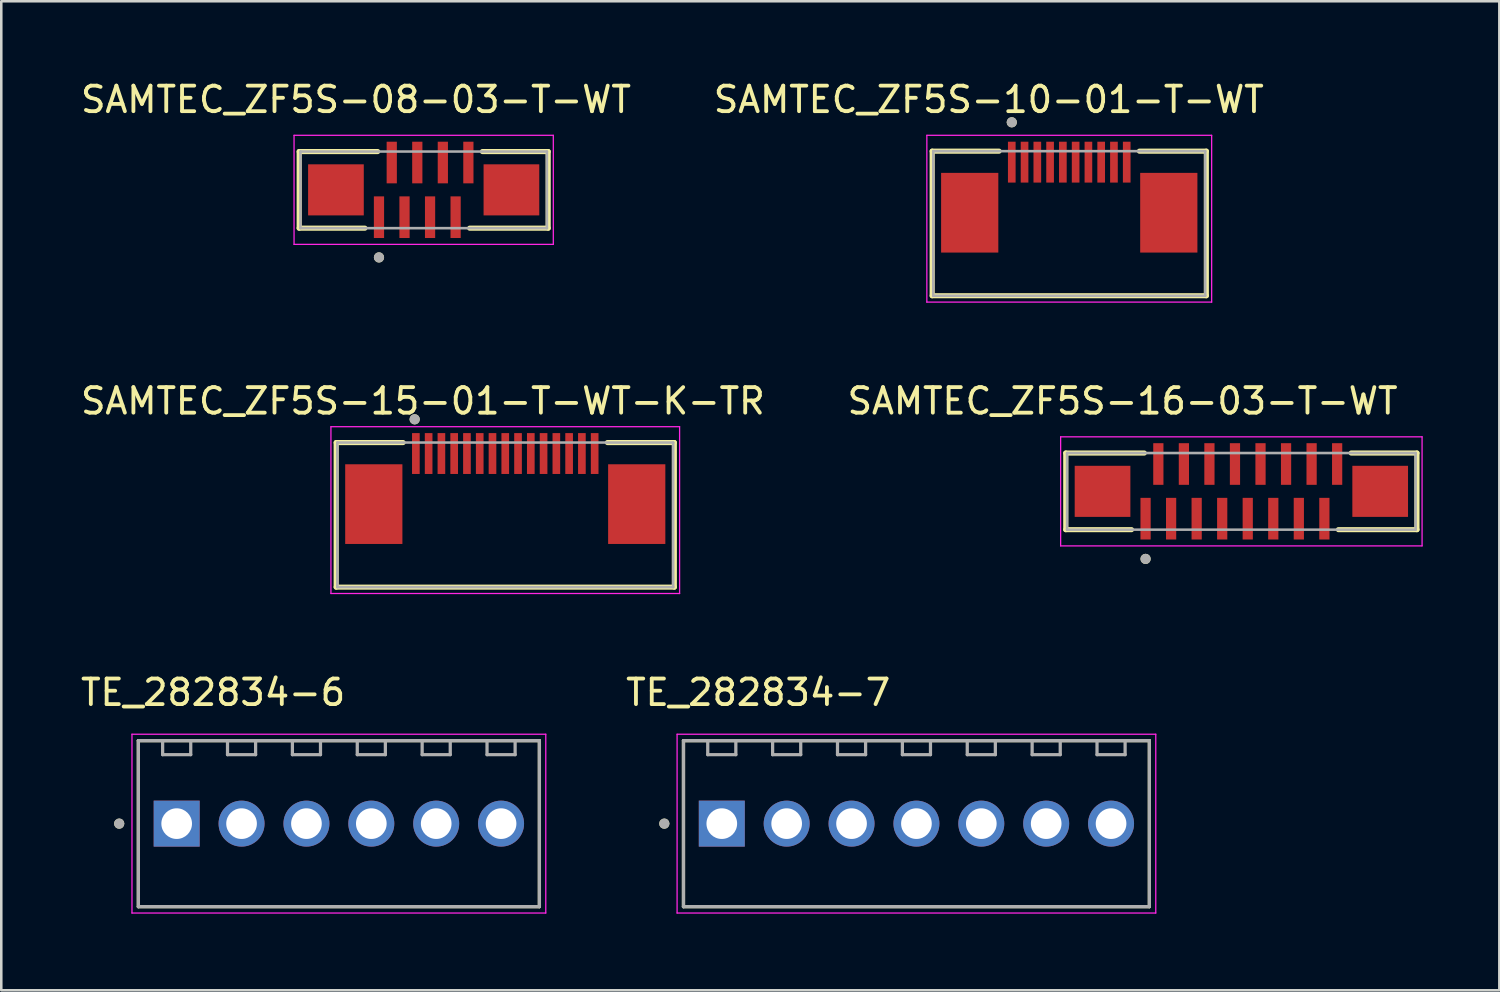
<source format=kicad_pcb>
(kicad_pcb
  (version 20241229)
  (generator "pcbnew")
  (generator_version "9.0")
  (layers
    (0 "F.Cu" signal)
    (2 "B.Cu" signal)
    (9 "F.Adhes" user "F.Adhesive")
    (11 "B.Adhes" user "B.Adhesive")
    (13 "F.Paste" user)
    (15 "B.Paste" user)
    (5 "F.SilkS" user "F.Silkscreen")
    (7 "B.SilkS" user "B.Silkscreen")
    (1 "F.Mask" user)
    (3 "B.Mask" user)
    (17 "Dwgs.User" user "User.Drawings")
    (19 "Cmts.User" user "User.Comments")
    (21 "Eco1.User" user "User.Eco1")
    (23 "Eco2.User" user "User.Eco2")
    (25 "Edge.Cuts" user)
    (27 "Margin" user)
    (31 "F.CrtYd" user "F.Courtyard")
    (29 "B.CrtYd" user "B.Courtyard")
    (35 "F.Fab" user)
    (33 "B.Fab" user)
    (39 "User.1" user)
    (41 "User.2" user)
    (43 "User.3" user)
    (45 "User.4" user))
  (footprint "SAMTEC_ZF5S-15-01-T-WT-K-TR"
    (layer "F.Cu")
    (at 16.731 16.686)
    (property "Reference" "SAMTEC_ZF5S-15-01-T-WT-K-TR" (at -3.225 -4.035 0) (layer "F.SilkS") (effects (font (size 1 1) (thickness 0.15))))
    (attr smd)
    (fp_line (start -6.62 -2.41) (end -4 -2.41) (stroke (width 0.2) (type solid)) (layer "F.SilkS"))
    (fp_line (start -6.62 3.25) (end -6.62 -2.41) (stroke (width 0.2) (type solid)) (layer "F.SilkS"))
    (fp_line (start 4 -2.41) (end 6.62 -2.41) (stroke (width 0.2) (type solid)) (layer "F.SilkS"))
    (fp_line (start 6.62 -2.41) (end 6.62 3.25) (stroke (width 0.2) (type solid)) (layer "F.SilkS"))
    (fp_line (start 6.62 3.25) (end -6.62 3.25) (stroke (width 0.2) (type solid)) (layer "F.SilkS"))
    (fp_circle (center -3.547 -3.32) (end -3.447 -3.32) (stroke (width 0.2) (type solid)) (fill no) (layer "F.SilkS"))
    (fp_line (start -6.825 -3.03) (end -6.825 3.5) (stroke (width 0.05) (type solid)) (layer "F.CrtYd"))
    (fp_line (start -6.825 3.5) (end 6.825 3.5) (stroke (width 0.05) (type solid)) (layer "F.CrtYd"))
    (fp_line (start 6.825 -3.03) (end -6.825 -3.03) (stroke (width 0.05) (type solid)) (layer "F.CrtYd"))
    (fp_line (start 6.825 3.5) (end 6.825 -3.03) (stroke (width 0.05) (type solid)) (layer "F.CrtYd"))
    (fp_line (start -6.575 -2.41) (end 6.575 -2.41) (stroke (width 0.1) (type solid)) (layer "F.Fab"))
    (fp_line (start -6.575 3.25) (end -6.575 -2.41) (stroke (width 0.1) (type solid)) (layer "F.Fab"))
    (fp_line (start 6.575 -2.41) (end 6.575 3.25) (stroke (width 0.1) (type solid)) (layer "F.Fab"))
    (fp_line (start 6.575 3.25) (end -6.575 3.25) (stroke (width 0.1) (type solid)) (layer "F.Fab"))
    (fp_circle (center -3.547 -3.32) (end -3.447 -3.32) (stroke (width 0.2) (type solid)) (fill no) (layer "F.Fab"))
    (pad "1" smd rect (at -3.5 -1.98) (size 0.3 1.6) (layers "F.Cu" "F.Mask" "F.Paste"))
    (pad "2" smd rect (at -3 -1.98) (size 0.3 1.6) (layers "F.Cu" "F.Mask" "F.Paste"))
    (pad "3" smd rect (at -2.5 -1.98) (size 0.3 1.6) (layers "F.Cu" "F.Mask" "F.Paste"))
    (pad "4" smd rect (at -2 -1.98) (size 0.3 1.6) (layers "F.Cu" "F.Mask" "F.Paste"))
    (pad "5" smd rect (at -1.5 -1.98) (size 0.3 1.6) (layers "F.Cu" "F.Mask" "F.Paste"))
    (pad "6" smd rect (at -1 -1.98) (size 0.3 1.6) (layers "F.Cu" "F.Mask" "F.Paste"))
    (pad "7" smd rect (at -0.5 -1.98) (size 0.3 1.6) (layers "F.Cu" "F.Mask" "F.Paste"))
    (pad "8" smd rect (at 0 -1.98) (size 0.3 1.6) (layers "F.Cu" "F.Mask" "F.Paste"))
    (pad "9" smd rect (at 0.5 -1.98) (size 0.3 1.6) (layers "F.Cu" "F.Mask" "F.Paste"))
    (pad "10" smd rect (at 1 -1.98) (size 0.3 1.6) (layers "F.Cu" "F.Mask" "F.Paste"))
    (pad "11" smd rect (at 1.5 -1.98) (size 0.3 1.6) (layers "F.Cu" "F.Mask" "F.Paste"))
    (pad "12" smd rect (at 2 -1.98) (size 0.3 1.6) (layers "F.Cu" "F.Mask" "F.Paste"))
    (pad "13" smd rect (at 2.5 -1.98) (size 0.3 1.6) (layers "F.Cu" "F.Mask" "F.Paste"))
    (pad "14" smd rect (at 3 -1.98) (size 0.3 1.6) (layers "F.Cu" "F.Mask" "F.Paste"))
    (pad "15" smd rect (at 3.5 -1.98) (size 0.3 1.6) (layers "F.Cu" "F.Mask" "F.Paste"))
    (pad "S1" smd rect (at -5.147 0) (size 2.24 3.12) (layers "F.Cu" "F.Mask" "F.Paste"))
    (pad "S2" smd rect (at 5.147 0) (size 2.24 3.12) (layers "F.Cu" "F.Mask" "F.Paste")))
  (footprint "TE_282834-6"
    (layer "F.Cu")
    (at 10.217 29.195)
    (property "Reference" "TE_282834-6" (at -4.925 -5.135 0) (layer "F.SilkS") (effects (font (size 1 1) (thickness 0.15))))
    (attr through_hole)
    (fp_line (start -7.85 -3.25) (end 7.85 -3.25) (stroke (width 0.127) (type solid)) (layer "F.SilkS"))
    (fp_line (start -7.85 3.25) (end -7.85 -3.25) (stroke (width 0.127) (type solid)) (layer "F.SilkS"))
    (fp_line (start 7.85 -3.25) (end 7.85 3.25) (stroke (width 0.127) (type solid)) (layer "F.SilkS"))
    (fp_line (start 7.85 3.25) (end -7.85 3.25) (stroke (width 0.127) (type solid)) (layer "F.SilkS"))
    (fp_circle (center -8.6 0) (end -8.5 0) (stroke (width 0.2) (type solid)) (fill no) (layer "F.SilkS"))
    (fp_line (start -8.1 -3.5) (end -8.1 3.5) (stroke (width 0.05) (type solid)) (layer "F.CrtYd"))
    (fp_line (start -8.1 3.5) (end 8.1 3.5) (stroke (width 0.05) (type solid)) (layer "F.CrtYd"))
    (fp_line (start 8.1 -3.5) (end -8.1 -3.5) (stroke (width 0.05) (type solid)) (layer "F.CrtYd"))
    (fp_line (start 8.1 3.5) (end 8.1 -3.5) (stroke (width 0.05) (type solid)) (layer "F.CrtYd"))
    (fp_line (start -7.85 -3.25) (end 7.85 -3.25) (stroke (width 0.127) (type solid)) (layer "F.Fab"))
    (fp_line (start -7.85 3.25) (end -7.85 -3.25) (stroke (width 0.127) (type solid)) (layer "F.Fab"))
    (fp_line (start -6.9 -2.7) (end -6.9 -3.2) (stroke (width 0.127) (type solid)) (layer "F.Fab"))
    (fp_line (start -6.9 -2.7) (end -5.8 -2.7) (stroke (width 0.127) (type solid)) (layer "F.Fab"))
    (fp_line (start -5.8 -2.7) (end -5.8 -3.2) (stroke (width 0.127) (type solid)) (layer "F.Fab"))
    (fp_line (start -4.36 -2.7) (end -4.36 -3.2) (stroke (width 0.127) (type solid)) (layer "F.Fab"))
    (fp_line (start -4.36 -2.7) (end -3.26 -2.7) (stroke (width 0.127) (type solid)) (layer "F.Fab"))
    (fp_line (start -3.26 -2.7) (end -3.26 -3.2) (stroke (width 0.127) (type solid)) (layer "F.Fab"))
    (fp_line (start -1.82 -2.7) (end -1.82 -3.2) (stroke (width 0.127) (type solid)) (layer "F.Fab"))
    (fp_line (start -1.82 -2.7) (end -0.72 -2.7) (stroke (width 0.127) (type solid)) (layer "F.Fab"))
    (fp_line (start -0.72 -2.7) (end -0.72 -3.2) (stroke (width 0.127) (type solid)) (layer "F.Fab"))
    (fp_line (start 0.72 -2.7) (end 0.72 -3.2) (stroke (width 0.127) (type solid)) (layer "F.Fab"))
    (fp_line (start 0.72 -2.7) (end 1.82 -2.7) (stroke (width 0.127) (type solid)) (layer "F.Fab"))
    (fp_line (start 1.82 -2.7) (end 1.82 -3.2) (stroke (width 0.127) (type solid)) (layer "F.Fab"))
    (fp_line (start 3.26 -2.7) (end 3.26 -3.2) (stroke (width 0.127) (type solid)) (layer "F.Fab"))
    (fp_line (start 3.26 -2.7) (end 4.36 -2.7) (stroke (width 0.127) (type solid)) (layer "F.Fab"))
    (fp_line (start 4.36 -2.7) (end 4.36 -3.2) (stroke (width 0.127) (type solid)) (layer "F.Fab"))
    (fp_line (start 5.8 -2.7) (end 5.8 -3.2) (stroke (width 0.127) (type solid)) (layer "F.Fab"))
    (fp_line (start 5.8 -2.7) (end 6.9 -2.7) (stroke (width 0.127) (type solid)) (layer "F.Fab"))
    (fp_line (start 6.9 -2.7) (end 6.9 -3.2) (stroke (width 0.127) (type solid)) (layer "F.Fab"))
    (fp_line (start 7.85 -3.25) (end 7.85 3.25) (stroke (width 0.127) (type solid)) (layer "F.Fab"))
    (fp_line (start 7.85 3.25) (end -7.85 3.25) (stroke (width 0.127) (type solid)) (layer "F.Fab"))
    (fp_circle (center -8.6 0) (end -8.5 0) (stroke (width 0.2) (type solid)) (fill no) (layer "F.Fab"))
    (pad "1" thru_hole rect (at -6.35 0) (size 1.8 1.8) (drill 1.2) (layers "*.Cu" "*.Mask"))
    (pad "2" thru_hole circle (at -3.81 0) (size 1.8 1.8) (drill 1.2) (layers "*.Cu" "*.Mask"))
    (pad "3" thru_hole circle (at -1.27 0) (size 1.8 1.8) (drill 1.2) (layers "*.Cu" "*.Mask"))
    (pad "4" thru_hole circle (at 1.27 0) (size 1.8 1.8) (drill 1.2) (layers "*.Cu" "*.Mask"))
    (pad "5" thru_hole circle (at 3.81 0) (size 1.8 1.8) (drill 1.2) (layers "*.Cu" "*.Mask"))
    (pad "6" thru_hole circle (at 6.35 0) (size 1.8 1.8) (drill 1.2) (layers "*.Cu" "*.Mask")))
  (footprint "SAMTEC_ZF5S-16-03-T-WT"
    (layer "F.Cu")
    (at 45.549 16.186)
    (property "Reference" "SAMTEC_ZF5S-16-03-T-WT" (at -4.65 -3.535 0) (layer "F.SilkS") (effects (font (size 1 1) (thickness 0.15))))
    (attr smd)
    (fp_line (start -6.875 -1.5) (end -6.875 1.5) (stroke (width 0.2) (type solid)) (layer "F.SilkS"))
    (fp_line (start -6.875 -1.5) (end -3.8 -1.5) (stroke (width 0.2) (type solid)) (layer "F.SilkS"))
    (fp_line (start -6.875 1.5) (end -4.3 1.5) (stroke (width 0.2) (type solid)) (layer "F.SilkS"))
    (fp_line (start 6.875 -1.5) (end 4.3 -1.5) (stroke (width 0.2) (type solid)) (layer "F.SilkS"))
    (fp_line (start 6.875 -1.5) (end 6.875 1.5) (stroke (width 0.2) (type solid)) (layer "F.SilkS"))
    (fp_line (start 6.875 1.5) (end 3.8 1.5) (stroke (width 0.2) (type solid)) (layer "F.SilkS"))
    (fp_circle (center -3.75 2.645) (end -3.65 2.645) (stroke (width 0.2) (type solid)) (fill no) (layer "F.SilkS"))
    (fp_line (start -7.075 -2.135) (end 7.075 -2.135) (stroke (width 0.05) (type solid)) (layer "F.CrtYd"))
    (fp_line (start -7.075 2.135) (end -7.075 -2.135) (stroke (width 0.05) (type solid)) (layer "F.CrtYd"))
    (fp_line (start 7.075 -2.135) (end 7.075 2.135) (stroke (width 0.05) (type solid)) (layer "F.CrtYd"))
    (fp_line (start 7.075 2.135) (end -7.075 2.135) (stroke (width 0.05) (type solid)) (layer "F.CrtYd"))
    (fp_line (start -6.825 -1.5) (end 6.825 -1.5) (stroke (width 0.1) (type solid)) (layer "F.Fab"))
    (fp_line (start -6.825 1.5) (end -6.825 -1.5) (stroke (width 0.1) (type solid)) (layer "F.Fab"))
    (fp_line (start 6.825 -1.5) (end 6.825 1.5) (stroke (width 0.1) (type solid)) (layer "F.Fab"))
    (fp_line (start 6.825 1.5) (end -6.825 1.5) (stroke (width 0.1) (type solid)) (layer "F.Fab"))
    (fp_circle (center -3.75 2.645) (end -3.65 2.645) (stroke (width 0.2) (type solid)) (fill no) (layer "F.Fab"))
    (pad "1" smd rect (at -3.75 1.07) (size 0.4 1.63) (layers "F.Cu" "F.Mask" "F.Paste"))
    (pad "2" smd rect (at -3.25 -1.07) (size 0.4 1.63) (layers "F.Cu" "F.Mask" "F.Paste"))
    (pad "3" smd rect (at -2.75 1.07) (size 0.4 1.63) (layers "F.Cu" "F.Mask" "F.Paste"))
    (pad "4" smd rect (at -2.25 -1.07) (size 0.4 1.63) (layers "F.Cu" "F.Mask" "F.Paste"))
    (pad "5" smd rect (at -1.75 1.07) (size 0.4 1.63) (layers "F.Cu" "F.Mask" "F.Paste"))
    (pad "6" smd rect (at -1.25 -1.07) (size 0.4 1.63) (layers "F.Cu" "F.Mask" "F.Paste"))
    (pad "7" smd rect (at -0.75 1.07) (size 0.4 1.63) (layers "F.Cu" "F.Mask" "F.Paste"))
    (pad "8" smd rect (at -0.25 -1.07) (size 0.4 1.63) (layers "F.Cu" "F.Mask" "F.Paste"))
    (pad "9" smd rect (at 0.25 1.07) (size 0.4 1.63) (layers "F.Cu" "F.Mask" "F.Paste"))
    (pad "10" smd rect (at 0.75 -1.07) (size 0.4 1.63) (layers "F.Cu" "F.Mask" "F.Paste"))
    (pad "11" smd rect (at 1.25 1.07) (size 0.4 1.63) (layers "F.Cu" "F.Mask" "F.Paste"))
    (pad "12" smd rect (at 1.75 -1.07) (size 0.4 1.63) (layers "F.Cu" "F.Mask" "F.Paste"))
    (pad "13" smd rect (at 2.25 1.07) (size 0.4 1.63) (layers "F.Cu" "F.Mask" "F.Paste"))
    (pad "14" smd rect (at 2.75 -1.07) (size 0.4 1.63) (layers "F.Cu" "F.Mask" "F.Paste"))
    (pad "15" smd rect (at 3.25 1.07) (size 0.4 1.63) (layers "F.Cu" "F.Mask" "F.Paste"))
    (pad "16" smd rect (at 3.75 -1.07) (size 0.4 1.63) (layers "F.Cu" "F.Mask" "F.Paste"))
    (pad "S1" smd rect (at -5.435 0) (size 2.18 2) (layers "F.Cu" "F.Mask" "F.Paste"))
    (pad "S2" smd rect (at 5.435 0) (size 2.18 2) (layers "F.Cu" "F.Mask" "F.Paste")))
  (footprint "SAMTEC_ZF5S-10-01-T-WT"
    (layer "F.Cu")
    (at 38.811 5.278)
    (property "Reference" "SAMTEC_ZF5S-10-01-T-WT" (at -3.15 -4.43 0) (layer "F.SilkS") (effects (font (size 1 1) (thickness 0.15))))
    (attr smd)
    (fp_line (start -5.367 -2.41) (end -5.367 3.25) (stroke (width 0.2) (type solid)) (layer "F.SilkS"))
    (fp_line (start -5.367 -2.41) (end -2.747 -2.41) (stroke (width 0.2) (type solid)) (layer "F.SilkS"))
    (fp_line (start -5.367 3.25) (end 5.367 3.25) (stroke (width 0.2) (type solid)) (layer "F.SilkS"))
    (fp_line (start 5.367 -2.41) (end 2.747 -2.41) (stroke (width 0.2) (type solid)) (layer "F.SilkS"))
    (fp_line (start 5.367 -2.41) (end 5.367 3.25) (stroke (width 0.2) (type solid)) (layer "F.SilkS"))
    (fp_circle (center -2.25 -3.54) (end -2.15 -3.54) (stroke (width 0.2) (type solid)) (fill no) (layer "F.SilkS"))
    (fp_line (start -5.575 -3.03) (end 5.575 -3.03) (stroke (width 0.05) (type solid)) (layer "F.CrtYd"))
    (fp_line (start -5.575 3.5) (end -5.575 -3.03) (stroke (width 0.05) (type solid)) (layer "F.CrtYd"))
    (fp_line (start 5.575 -3.03) (end 5.575 3.5) (stroke (width 0.05) (type solid)) (layer "F.CrtYd"))
    (fp_line (start 5.575 3.5) (end -5.575 3.5) (stroke (width 0.05) (type solid)) (layer "F.CrtYd"))
    (fp_line (start -5.325 -2.41) (end 5.325 -2.41) (stroke (width 0.1) (type solid)) (layer "F.Fab"))
    (fp_line (start -5.325 3.25) (end -5.325 -2.41) (stroke (width 0.1) (type solid)) (layer "F.Fab"))
    (fp_line (start 5.325 -2.41) (end 5.325 3.25) (stroke (width 0.1) (type solid)) (layer "F.Fab"))
    (fp_line (start 5.325 3.25) (end -5.325 3.25) (stroke (width 0.1) (type solid)) (layer "F.Fab"))
    (fp_circle (center -2.25 -3.54) (end -2.15 -3.54) (stroke (width 0.2) (type solid)) (fill no) (layer "F.Fab"))
    (pad "01" smd rect (at -2.25 -1.98) (size 0.3 1.6) (layers "F.Cu" "F.Mask" "F.Paste"))
    (pad "02" smd rect (at -1.75 -1.98) (size 0.3 1.6) (layers "F.Cu" "F.Mask" "F.Paste"))
    (pad "03" smd rect (at -1.25 -1.98) (size 0.3 1.6) (layers "F.Cu" "F.Mask" "F.Paste"))
    (pad "04" smd rect (at -0.75 -1.98) (size 0.3 1.6) (layers "F.Cu" "F.Mask" "F.Paste"))
    (pad "05" smd rect (at -0.25 -1.98) (size 0.3 1.6) (layers "F.Cu" "F.Mask" "F.Paste"))
    (pad "06" smd rect (at 0.25 -1.98) (size 0.3 1.6) (layers "F.Cu" "F.Mask" "F.Paste"))
    (pad "07" smd rect (at 0.75 -1.98) (size 0.3 1.6) (layers "F.Cu" "F.Mask" "F.Paste"))
    (pad "08" smd rect (at 1.25 -1.98) (size 0.3 1.6) (layers "F.Cu" "F.Mask" "F.Paste"))
    (pad "09" smd rect (at 1.75 -1.98) (size 0.3 1.6) (layers "F.Cu" "F.Mask" "F.Paste"))
    (pad "10" smd rect (at 2.25 -1.98) (size 0.3 1.6) (layers "F.Cu" "F.Mask" "F.Paste"))
    (pad "S1" smd rect (at -3.897 0) (size 2.24 3.12) (layers "F.Cu" "F.Mask" "F.Paste"))
    (pad "S2" smd rect (at 3.897 0) (size 2.24 3.12) (layers "F.Cu" "F.Mask" "F.Paste")))
  (footprint "TE_282834-7"
    (layer "F.Cu")
    (at 32.828 29.195)
    (property "Reference" "TE_282834-7" (at -6.195 -5.135 0) (layer "F.SilkS") (effects (font (size 1 1) (thickness 0.15))))
    (attr through_hole)
    (fp_line (start -9.12 -3.25) (end 9.12 -3.25) (stroke (width 0.127) (type solid)) (layer "F.SilkS"))
    (fp_line (start -9.12 3.25) (end -9.12 -3.25) (stroke (width 0.127) (type solid)) (layer "F.SilkS"))
    (fp_line (start 9.12 -3.25) (end 9.12 3.25) (stroke (width 0.127) (type solid)) (layer "F.SilkS"))
    (fp_line (start 9.12 3.25) (end -9.12 3.25) (stroke (width 0.127) (type solid)) (layer "F.SilkS"))
    (fp_circle (center -9.87 0) (end -9.77 0) (stroke (width 0.2) (type solid)) (fill no) (layer "F.SilkS"))
    (fp_line (start -9.37 -3.5) (end -9.37 3.5) (stroke (width 0.05) (type solid)) (layer "F.CrtYd"))
    (fp_line (start -9.37 3.5) (end 9.37 3.5) (stroke (width 0.05) (type solid)) (layer "F.CrtYd"))
    (fp_line (start 9.37 -3.5) (end -9.37 -3.5) (stroke (width 0.05) (type solid)) (layer "F.CrtYd"))
    (fp_line (start 9.37 3.5) (end 9.37 -3.5) (stroke (width 0.05) (type solid)) (layer "F.CrtYd"))
    (fp_line (start -9.12 -3.25) (end 9.12 -3.25) (stroke (width 0.127) (type solid)) (layer "F.Fab"))
    (fp_line (start -9.12 3.25) (end -9.12 -3.25) (stroke (width 0.127) (type solid)) (layer "F.Fab"))
    (fp_line (start -8.17 -2.7) (end -8.17 -3.2) (stroke (width 0.127) (type solid)) (layer "F.Fab"))
    (fp_line (start -8.17 -2.7) (end -7.07 -2.7) (stroke (width 0.127) (type solid)) (layer "F.Fab"))
    (fp_line (start -7.07 -2.7) (end -7.07 -3.2) (stroke (width 0.127) (type solid)) (layer "F.Fab"))
    (fp_line (start -5.63 -2.7) (end -5.63 -3.2) (stroke (width 0.127) (type solid)) (layer "F.Fab"))
    (fp_line (start -5.63 -2.7) (end -4.53 -2.7) (stroke (width 0.127) (type solid)) (layer "F.Fab"))
    (fp_line (start -4.53 -2.7) (end -4.53 -3.2) (stroke (width 0.127) (type solid)) (layer "F.Fab"))
    (fp_line (start -3.09 -2.7) (end -3.09 -3.2) (stroke (width 0.127) (type solid)) (layer "F.Fab"))
    (fp_line (start -3.09 -2.7) (end -1.99 -2.7) (stroke (width 0.127) (type solid)) (layer "F.Fab"))
    (fp_line (start -1.99 -2.7) (end -1.99 -3.2) (stroke (width 0.127) (type solid)) (layer "F.Fab"))
    (fp_line (start -0.55 -2.7) (end -0.55 -3.2) (stroke (width 0.127) (type solid)) (layer "F.Fab"))
    (fp_line (start -0.55 -2.7) (end 0.55 -2.7) (stroke (width 0.127) (type solid)) (layer "F.Fab"))
    (fp_line (start 0.55 -2.7) (end 0.55 -3.2) (stroke (width 0.127) (type solid)) (layer "F.Fab"))
    (fp_line (start 1.99 -2.7) (end 1.99 -3.2) (stroke (width 0.127) (type solid)) (layer "F.Fab"))
    (fp_line (start 1.99 -2.7) (end 3.09 -2.7) (stroke (width 0.127) (type solid)) (layer "F.Fab"))
    (fp_line (start 3.09 -2.7) (end 3.09 -3.2) (stroke (width 0.127) (type solid)) (layer "F.Fab"))
    (fp_line (start 4.53 -2.7) (end 4.53 -3.2) (stroke (width 0.127) (type solid)) (layer "F.Fab"))
    (fp_line (start 4.53 -2.7) (end 5.63 -2.7) (stroke (width 0.127) (type solid)) (layer "F.Fab"))
    (fp_line (start 5.63 -2.7) (end 5.63 -3.2) (stroke (width 0.127) (type solid)) (layer "F.Fab"))
    (fp_line (start 7.07 -2.7) (end 7.07 -3.2) (stroke (width 0.127) (type solid)) (layer "F.Fab"))
    (fp_line (start 7.07 -2.7) (end 8.17 -2.7) (stroke (width 0.127) (type solid)) (layer "F.Fab"))
    (fp_line (start 8.17 -2.7) (end 8.17 -3.2) (stroke (width 0.127) (type solid)) (layer "F.Fab"))
    (fp_line (start 9.12 -3.25) (end 9.12 3.25) (stroke (width 0.127) (type solid)) (layer "F.Fab"))
    (fp_line (start 9.12 3.25) (end -9.12 3.25) (stroke (width 0.127) (type solid)) (layer "F.Fab"))
    (fp_circle (center -9.87 0) (end -9.77 0) (stroke (width 0.2) (type solid)) (fill no) (layer "F.Fab"))
    (pad "1" thru_hole rect (at -7.62 0) (size 1.8 1.8) (drill 1.2) (layers "*.Cu" "*.Mask"))
    (pad "2" thru_hole circle (at -5.08 0) (size 1.8 1.8) (drill 1.2) (layers "*.Cu" "*.Mask"))
    (pad "3" thru_hole circle (at -2.54 0) (size 1.8 1.8) (drill 1.2) (layers "*.Cu" "*.Mask"))
    (pad "4" thru_hole circle (at 0 0) (size 1.8 1.8) (drill 1.2) (layers "*.Cu" "*.Mask"))
    (pad "5" thru_hole circle (at 2.54 0) (size 1.8 1.8) (drill 1.2) (layers "*.Cu" "*.Mask"))
    (pad "6" thru_hole circle (at 5.08 0) (size 1.8 1.8) (drill 1.2) (layers "*.Cu" "*.Mask"))
    (pad "7" thru_hole circle (at 7.62 0) (size 1.8 1.8) (drill 1.2) (layers "*.Cu" "*.Mask")))
  (footprint "SAMTEC_ZF5S-08-03-T-WT"
    (layer "F.Cu")
    (at 13.537 4.383)
    (property "Reference" "SAMTEC_ZF5S-08-03-T-WT" (at -2.65 -3.535 0) (layer "F.SilkS") (effects (font (size 1 1) (thickness 0.15))))
    (attr smd)
    (fp_line (start -4.875 -1.5) (end -4.875 1.5) (stroke (width 0.2) (type solid)) (layer "F.SilkS"))
    (fp_line (start -4.875 -1.5) (end -1.8 -1.5) (stroke (width 0.2) (type solid)) (layer "F.SilkS"))
    (fp_line (start -4.875 1.5) (end -2.3 1.5) (stroke (width 0.2) (type solid)) (layer "F.SilkS"))
    (fp_line (start 4.875 -1.5) (end 2.3 -1.5) (stroke (width 0.2) (type solid)) (layer "F.SilkS"))
    (fp_line (start 4.875 -1.5) (end 4.875 1.5) (stroke (width 0.2) (type solid)) (layer "F.SilkS"))
    (fp_line (start 4.875 1.5) (end 1.8 1.5) (stroke (width 0.2) (type solid)) (layer "F.SilkS"))
    (fp_circle (center -1.75 2.645) (end -1.65 2.645) (stroke (width 0.2) (type solid)) (fill no) (layer "F.SilkS"))
    (fp_line (start -5.075 -2.135) (end 5.075 -2.135) (stroke (width 0.05) (type solid)) (layer "F.CrtYd"))
    (fp_line (start -5.075 2.135) (end -5.075 -2.135) (stroke (width 0.05) (type solid)) (layer "F.CrtYd"))
    (fp_line (start 5.075 -2.135) (end 5.075 2.135) (stroke (width 0.05) (type solid)) (layer "F.CrtYd"))
    (fp_line (start 5.075 2.135) (end -5.075 2.135) (stroke (width 0.05) (type solid)) (layer "F.CrtYd"))
    (fp_line (start -4.825 -1.5) (end 4.825 -1.5) (stroke (width 0.1) (type solid)) (layer "F.Fab"))
    (fp_line (start -4.825 1.5) (end -4.825 -1.5) (stroke (width 0.1) (type solid)) (layer "F.Fab"))
    (fp_line (start 4.825 -1.5) (end 4.825 1.5) (stroke (width 0.1) (type solid)) (layer "F.Fab"))
    (fp_line (start 4.825 1.5) (end -4.825 1.5) (stroke (width 0.1) (type solid)) (layer "F.Fab"))
    (fp_circle (center -1.75 2.645) (end -1.65 2.645) (stroke (width 0.2) (type solid)) (fill no) (layer "F.Fab"))
    (pad "01" smd rect (at -1.75 1.07) (size 0.4 1.63) (layers "F.Cu" "F.Mask" "F.Paste"))
    (pad "02" smd rect (at -1.25 -1.07) (size 0.4 1.63) (layers "F.Cu" "F.Mask" "F.Paste"))
    (pad "03" smd rect (at -0.75 1.07) (size 0.4 1.63) (layers "F.Cu" "F.Mask" "F.Paste"))
    (pad "04" smd rect (at -0.25 -1.07) (size 0.4 1.63) (layers "F.Cu" "F.Mask" "F.Paste"))
    (pad "05" smd rect (at 0.25 1.07) (size 0.4 1.63) (layers "F.Cu" "F.Mask" "F.Paste"))
    (pad "06" smd rect (at 0.75 -1.07) (size 0.4 1.63) (layers "F.Cu" "F.Mask" "F.Paste"))
    (pad "07" smd rect (at 1.25 1.07) (size 0.4 1.63) (layers "F.Cu" "F.Mask" "F.Paste"))
    (pad "08" smd rect (at 1.75 -1.07) (size 0.4 1.63) (layers "F.Cu" "F.Mask" "F.Paste"))
    (pad "S1" smd rect (at -3.435 0) (size 2.18 2) (layers "F.Cu" "F.Mask" "F.Paste"))
    (pad "S2" smd rect (at 3.435 0) (size 2.18 2) (layers "F.Cu" "F.Mask" "F.Paste")))
  (gr_rect
    (start -3 -3)
    (end 55.649 35.72)
    (stroke (width 0.1) (type default))
    (fill no)
    (layer "Edge.Cuts")))
</source>
